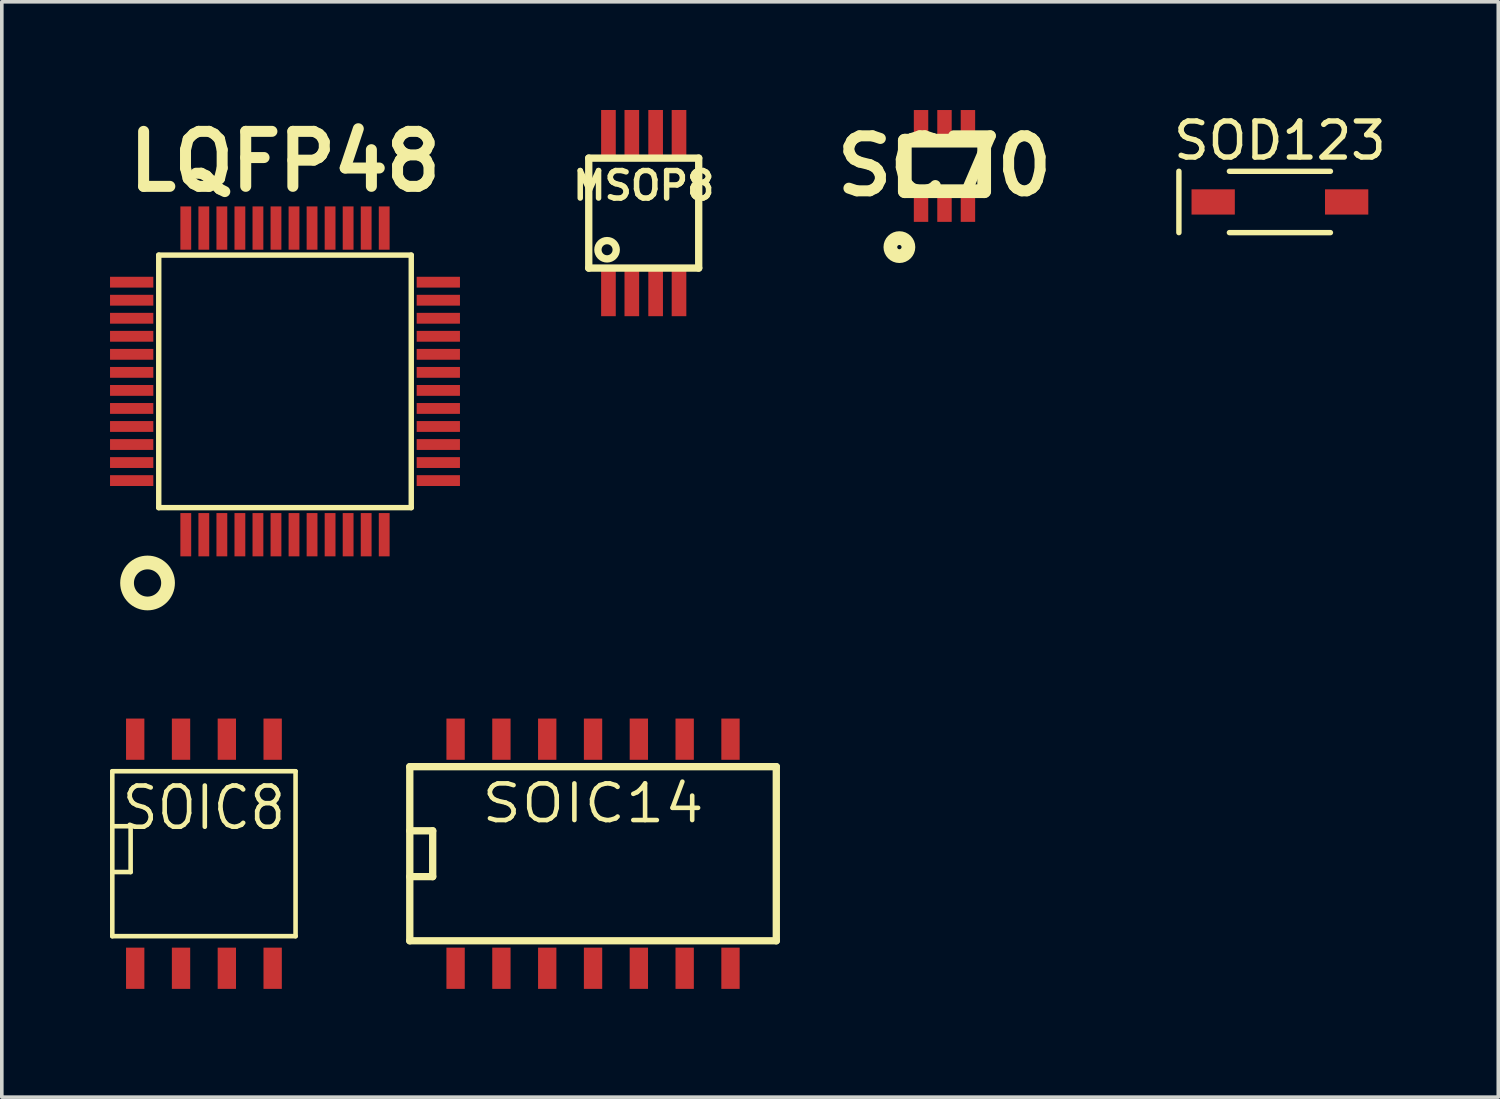
<source format=kicad_pcb>
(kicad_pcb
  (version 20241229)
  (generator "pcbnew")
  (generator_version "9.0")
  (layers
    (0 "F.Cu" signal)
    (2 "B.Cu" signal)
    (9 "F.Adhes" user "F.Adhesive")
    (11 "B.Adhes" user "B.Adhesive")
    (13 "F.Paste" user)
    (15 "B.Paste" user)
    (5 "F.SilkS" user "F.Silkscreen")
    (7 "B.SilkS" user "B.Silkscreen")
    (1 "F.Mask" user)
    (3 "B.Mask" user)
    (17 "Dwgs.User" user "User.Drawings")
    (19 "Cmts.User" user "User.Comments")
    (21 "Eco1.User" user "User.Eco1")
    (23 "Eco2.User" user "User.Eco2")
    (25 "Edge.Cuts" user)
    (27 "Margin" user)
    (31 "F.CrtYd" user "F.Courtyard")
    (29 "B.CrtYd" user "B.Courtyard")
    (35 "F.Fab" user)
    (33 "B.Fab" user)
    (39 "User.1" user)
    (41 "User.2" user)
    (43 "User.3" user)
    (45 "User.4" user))
  (footprint "SOIC8"
    (layer "F.Cu")
    (at 2.603 20.615)
    (property "Reference" "SOIC8" (at 0 -1.27 0) (layer "F.SilkS") (effects (font (size 1.143 1.016) (thickness 0.127))))
    (attr smd)
    (fp_line (start -2.54 -2.286) (end 2.54 -2.286) (stroke (width 0.127) (type solid)) (layer "F.SilkS"))
    (fp_line (start -2.54 -0.762) (end -2.032 -0.762) (stroke (width 0.127) (type solid)) (layer "F.SilkS"))
    (fp_line (start -2.54 2.286) (end -2.54 -2.286) (stroke (width 0.127) (type solid)) (layer "F.SilkS"))
    (fp_line (start -2.032 -0.762) (end -2.032 0.508) (stroke (width 0.127) (type solid)) (layer "F.SilkS"))
    (fp_line (start -2.032 0.508) (end -2.54 0.508) (stroke (width 0.127) (type solid)) (layer "F.SilkS"))
    (fp_line (start 2.54 -2.286) (end 2.54 2.286) (stroke (width 0.127) (type solid)) (layer "F.SilkS"))
    (fp_line (start 2.54 2.286) (end -2.54 2.286) (stroke (width 0.127) (type solid)) (layer "F.SilkS"))
    (pad "1" smd rect (at -1.905 3.175) (size 0.508 1.143) (layers "F.Cu" "F.Mask" "F.Paste"))
    (pad "2" smd rect (at -0.635 3.175) (size 0.508 1.143) (layers "F.Cu" "F.Mask" "F.Paste"))
    (pad "3" smd rect (at 0.635 3.175) (size 0.508 1.143) (layers "F.Cu" "F.Mask" "F.Paste"))
    (pad "4" smd rect (at 1.905 3.175) (size 0.508 1.143) (layers "F.Cu" "F.Mask" "F.Paste"))
    (pad "5" smd rect (at 1.905 -3.175) (size 0.508 1.143) (layers "F.Cu" "F.Mask" "F.Paste"))
    (pad "6" smd rect (at 0.635 -3.175) (size 0.508 1.143) (layers "F.Cu" "F.Mask" "F.Paste"))
    (pad "7" smd rect (at -0.635 -3.175) (size 0.508 1.143) (layers "F.Cu" "F.Mask" "F.Paste"))
    (pad "8" smd rect (at -1.905 -3.175) (size 0.508 1.143) (layers "F.Cu" "F.Mask" "F.Paste")))
  (footprint "SOD123"
    (layer "F.Cu")
    (at 32.429 2.548)
    (property "Reference" "SOD123" (at 0 -1.7 0) (layer "F.SilkS") (effects (font (size 1 1) (thickness 0.15))))
    (attr smd)
    (fp_line (start -2.8 -0.85) (end -2.8 0.85) (stroke (width 0.15) (type solid)) (layer "F.SilkS"))
    (fp_line (start -1.4 0.85) (end 1.4 0.85) (stroke (width 0.15) (type solid)) (layer "F.SilkS"))
    (fp_line (start 1.4 -0.85) (end -1.4 -0.85) (stroke (width 0.15) (type solid)) (layer "F.SilkS"))
    (pad "1" smd rect (at 1.85 0) (size 1.2 0.7) (layers "F.Cu" "F.Mask" "F.Paste"))
    (pad "2" smd rect (at -1.85 0) (size 1.2 0.7) (layers "F.Cu" "F.Mask" "F.Paste")))
  (footprint "MSOP8"
    (layer "F.Cu")
    (at 14.794 2.857)
    (property "Reference" "MSOP8" (at 0 -0.762 0) (layer "F.SilkS") (effects (font (size 0.762 0.762) (thickness 0.152))))
    (attr smd)
    (fp_line (start -1.524 -1.524) (end 1.524 -1.524) (stroke (width 0.203) (type solid)) (layer "F.SilkS"))
    (fp_line (start -1.524 1.524) (end -1.524 -1.524) (stroke (width 0.203) (type solid)) (layer "F.SilkS"))
    (fp_line (start 1.524 -1.524) (end 1.524 1.524) (stroke (width 0.203) (type solid)) (layer "F.SilkS"))
    (fp_line (start 1.524 1.524) (end -1.524 1.524) (stroke (width 0.203) (type solid)) (layer "F.SilkS"))
    (fp_circle (center -1.016 1.016) (end -1.016 0.762) (stroke (width 0.203) (type solid)) (fill no) (layer "F.SilkS"))
    (pad "1" smd rect (at -0.978 2.223) (size 0.406 1.27) (layers "F.Cu" "F.Mask" "F.Paste"))
    (pad "2" smd rect (at -0.33 2.223) (size 0.406 1.27) (layers "F.Cu" "F.Mask" "F.Paste"))
    (pad "3" smd rect (at 0.33 2.223) (size 0.406 1.27) (layers "F.Cu" "F.Mask" "F.Paste"))
    (pad "4" smd rect (at 0.978 2.223) (size 0.406 1.27) (layers "F.Cu" "F.Mask" "F.Paste"))
    (pad "5" smd rect (at 0.978 -2.223) (size 0.406 1.27) (layers "F.Cu" "F.Mask" "F.Paste"))
    (pad "6" smd rect (at 0.33 -2.223) (size 0.406 1.27) (layers "F.Cu" "F.Mask" "F.Paste"))
    (pad "7" smd rect (at -0.33 -2.223) (size 0.406 1.27) (layers "F.Cu" "F.Mask" "F.Paste"))
    (pad "8" smd rect (at -0.978 -2.223) (size 0.406 1.27) (layers "F.Cu" "F.Mask" "F.Paste")))
  (footprint "LQFP48"
    (layer "F.Cu")
    (at 4.85 7.522)
    (property "Reference" "LQFP48" (at 0 -6.096 0) (layer "F.SilkS") (effects (font (size 1.524 1.524) (thickness 0.305))))
    (attr smd)
    (fp_line (start -3.5 -3.5) (end 3.5 -3.5) (stroke (width 0.15) (type solid)) (layer "F.SilkS"))
    (fp_line (start -3.5 3.5) (end -3.5 -3.5) (stroke (width 0.15) (type solid)) (layer "F.SilkS"))
    (fp_line (start 3.5 -3.5) (end 3.5 3.5) (stroke (width 0.15) (type solid)) (layer "F.SilkS"))
    (fp_line (start 3.5 3.5) (end -3.5 3.5) (stroke (width 0.15) (type solid)) (layer "F.SilkS"))
    (fp_circle (center -3.81 5.588) (end -3.302 5.334) (stroke (width 0.381) (type solid)) (fill no) (layer "F.SilkS"))
    (pad "1" smd rect (at -2.75 4.25) (size 0.3 1.2) (layers "F.Cu" "F.Mask" "F.Paste"))
    (pad "2" smd rect (at -2.25 4.25) (size 0.3 1.2) (layers "F.Cu" "F.Mask" "F.Paste"))
    (pad "3" smd rect (at -1.75 4.25) (size 0.3 1.2) (layers "F.Cu" "F.Mask" "F.Paste"))
    (pad "4" smd rect (at -1.25 4.25) (size 0.3 1.2) (layers "F.Cu" "F.Mask" "F.Paste"))
    (pad "5" smd rect (at -0.75 4.25) (size 0.3 1.2) (layers "F.Cu" "F.Mask" "F.Paste"))
    (pad "6" smd rect (at -0.25 4.25) (size 0.3 1.2) (layers "F.Cu" "F.Mask" "F.Paste"))
    (pad "7" smd rect (at 0.25 4.25) (size 0.3 1.2) (layers "F.Cu" "F.Mask" "F.Paste"))
    (pad "8" smd rect (at 0.75 4.25) (size 0.3 1.2) (layers "F.Cu" "F.Mask" "F.Paste"))
    (pad "9" smd rect (at 1.25 4.25) (size 0.3 1.2) (layers "F.Cu" "F.Mask" "F.Paste"))
    (pad "10" smd rect (at 1.75 4.25) (size 0.3 1.2) (layers "F.Cu" "F.Mask" "F.Paste"))
    (pad "11" smd rect (at 2.25 4.25) (size 0.3 1.2) (layers "F.Cu" "F.Mask" "F.Paste"))
    (pad "12" smd rect (at 2.75 4.25) (size 0.3 1.2) (layers "F.Cu" "F.Mask" "F.Paste"))
    (pad "13" smd rect (at 4.25 2.75) (size 1.2 0.3) (layers "F.Cu" "F.Mask" "F.Paste"))
    (pad "14" smd rect (at 4.25 2.25) (size 1.2 0.3) (layers "F.Cu" "F.Mask" "F.Paste"))
    (pad "15" smd rect (at 4.25 1.75) (size 1.2 0.3) (layers "F.Cu" "F.Mask" "F.Paste"))
    (pad "16" smd rect (at 4.25 1.25) (size 1.2 0.3) (layers "F.Cu" "F.Mask" "F.Paste"))
    (pad "17" smd rect (at 4.25 0.75) (size 1.2 0.3) (layers "F.Cu" "F.Mask" "F.Paste"))
    (pad "18" smd rect (at 4.25 0.25) (size 1.2 0.3) (layers "F.Cu" "F.Mask" "F.Paste"))
    (pad "19" smd rect (at 4.25 -0.25) (size 1.2 0.3) (layers "F.Cu" "F.Mask" "F.Paste"))
    (pad "20" smd rect (at 4.25 -0.75) (size 1.2 0.3) (layers "F.Cu" "F.Mask" "F.Paste"))
    (pad "21" smd rect (at 4.25 -1.25) (size 1.2 0.3) (layers "F.Cu" "F.Mask" "F.Paste"))
    (pad "22" smd rect (at 4.25 -1.75) (size 1.2 0.3) (layers "F.Cu" "F.Mask" "F.Paste"))
    (pad "23" smd rect (at 4.25 -2.25) (size 1.2 0.3) (layers "F.Cu" "F.Mask" "F.Paste"))
    (pad "24" smd rect (at 4.25 -2.75) (size 1.2 0.3) (layers "F.Cu" "F.Mask" "F.Paste"))
    (pad "25" smd rect (at 2.75 -4.25) (size 0.3 1.2) (layers "F.Cu" "F.Mask" "F.Paste"))
    (pad "26" smd rect (at 2.25 -4.25) (size 0.3 1.2) (layers "F.Cu" "F.Mask" "F.Paste"))
    (pad "27" smd rect (at 1.75 -4.25) (size 0.3 1.2) (layers "F.Cu" "F.Mask" "F.Paste"))
    (pad "28" smd rect (at 1.25 -4.25) (size 0.3 1.2) (layers "F.Cu" "F.Mask" "F.Paste"))
    (pad "29" smd rect (at 0.75 -4.25) (size 0.3 1.2) (layers "F.Cu" "F.Mask" "F.Paste"))
    (pad "30" smd rect (at 0.25 -4.25) (size 0.3 1.2) (layers "F.Cu" "F.Mask" "F.Paste"))
    (pad "31" smd rect (at -0.25 -4.25) (size 0.3 1.2) (layers "F.Cu" "F.Mask" "F.Paste"))
    (pad "32" smd rect (at -0.75 -4.25) (size 0.3 1.2) (layers "F.Cu" "F.Mask" "F.Paste"))
    (pad "33" smd rect (at -1.25 -4.25) (size 0.3 1.2) (layers "F.Cu" "F.Mask" "F.Paste"))
    (pad "34" smd rect (at -1.75 -4.25) (size 0.3 1.2) (layers "F.Cu" "F.Mask" "F.Paste"))
    (pad "35" smd rect (at -2.25 -4.25) (size 0.3 1.2) (layers "F.Cu" "F.Mask" "F.Paste"))
    (pad "36" smd rect (at -2.75 -4.25) (size 0.3 1.2) (layers "F.Cu" "F.Mask" "F.Paste"))
    (pad "37" smd rect (at -4.25 -2.75) (size 1.2 0.3) (layers "F.Cu" "F.Mask" "F.Paste"))
    (pad "38" smd rect (at -4.25 -2.25) (size 1.2 0.3) (layers "F.Cu" "F.Mask" "F.Paste"))
    (pad "39" smd rect (at -4.25 -1.75) (size 1.2 0.3) (layers "F.Cu" "F.Mask" "F.Paste"))
    (pad "40" smd rect (at -4.25 -1.25) (size 1.2 0.3) (layers "F.Cu" "F.Mask" "F.Paste"))
    (pad "41" smd rect (at -4.25 -0.75) (size 1.2 0.3) (layers "F.Cu" "F.Mask" "F.Paste"))
    (pad "42" smd rect (at -4.25 -0.25) (size 1.2 0.3) (layers "F.Cu" "F.Mask" "F.Paste"))
    (pad "43" smd rect (at -4.25 0.25) (size 1.2 0.3) (layers "F.Cu" "F.Mask" "F.Paste"))
    (pad "44" smd rect (at -4.25 0.75) (size 1.2 0.3) (layers "F.Cu" "F.Mask" "F.Paste"))
    (pad "45" smd rect (at -4.25 1.25) (size 1.2 0.3) (layers "F.Cu" "F.Mask" "F.Paste"))
    (pad "46" smd rect (at -4.25 1.75) (size 1.2 0.3) (layers "F.Cu" "F.Mask" "F.Paste"))
    (pad "47" smd rect (at -4.25 2.25) (size 1.2 0.3) (layers "F.Cu" "F.Mask" "F.Paste"))
    (pad "48" smd rect (at -4.25 2.75) (size 1.2 0.3) (layers "F.Cu" "F.Mask" "F.Paste")))
  (footprint "SOIC14"
    (layer "F.Cu")
    (at 13.389 20.488)
    (property "Reference" "SOIC14" (at 0 -1.27 0) (layer "F.SilkS") (effects (font (size 1.016 1.143) (thickness 0.127))))
    (attr smd)
    (fp_line (start -5.08 -2.286) (end 5.08 -2.286) (stroke (width 0.203) (type solid)) (layer "F.SilkS"))
    (fp_line (start -5.08 -0.508) (end -4.445 -0.508) (stroke (width 0.203) (type solid)) (layer "F.SilkS"))
    (fp_line (start -5.08 2.54) (end -5.08 -2.286) (stroke (width 0.203) (type solid)) (layer "F.SilkS"))
    (fp_line (start -4.445 -0.508) (end -4.445 0.762) (stroke (width 0.203) (type solid)) (layer "F.SilkS"))
    (fp_line (start -4.445 0.762) (end -5.08 0.762) (stroke (width 0.203) (type solid)) (layer "F.SilkS"))
    (fp_line (start 5.08 -2.286) (end 5.08 2.54) (stroke (width 0.203) (type solid)) (layer "F.SilkS"))
    (fp_line (start 5.08 2.54) (end -5.08 2.54) (stroke (width 0.203) (type solid)) (layer "F.SilkS"))
    (pad "1" smd rect (at -3.81 3.302) (size 0.508 1.143) (layers "F.Cu" "F.Mask" "F.Paste"))
    (pad "2" smd rect (at -2.54 3.302) (size 0.508 1.143) (layers "F.Cu" "F.Mask" "F.Paste"))
    (pad "3" smd rect (at -1.27 3.302) (size 0.508 1.143) (layers "F.Cu" "F.Mask" "F.Paste"))
    (pad "4" smd rect (at 0 3.302) (size 0.508 1.143) (layers "F.Cu" "F.Mask" "F.Paste"))
    (pad "5" smd rect (at 1.27 3.302) (size 0.508 1.143) (layers "F.Cu" "F.Mask" "F.Paste"))
    (pad "6" smd rect (at 2.54 3.302) (size 0.508 1.143) (layers "F.Cu" "F.Mask" "F.Paste"))
    (pad "7" smd rect (at 3.81 3.302) (size 0.508 1.143) (layers "F.Cu" "F.Mask" "F.Paste"))
    (pad "8" smd rect (at 3.81 -3.048) (size 0.508 1.143) (layers "F.Cu" "F.Mask" "F.Paste"))
    (pad "9" smd rect (at 2.54 -3.048) (size 0.508 1.143) (layers "F.Cu" "F.Mask" "F.Paste"))
    (pad "10" smd rect (at 1.27 -3.048) (size 0.508 1.143) (layers "F.Cu" "F.Mask" "F.Paste"))
    (pad "11" smd rect (at 0 -3.048) (size 0.508 1.143) (layers "F.Cu" "F.Mask" "F.Paste"))
    (pad "12" smd rect (at -1.27 -3.048) (size 0.508 1.143) (layers "F.Cu" "F.Mask" "F.Paste"))
    (pad "13" smd rect (at -2.54 -3.048) (size 0.508 1.143) (layers "F.Cu" "F.Mask" "F.Paste"))
    (pad "14" smd rect (at -3.81 -3.048) (size 0.508 1.143) (layers "F.Cu" "F.Mask" "F.Paste")))
  (footprint "SC70"
    (layer "F.Cu")
    (at 23.131 1.55)
    (property "Reference" "SC70" (at 0 0 0) (layer "F.SilkS") (effects (font (size 1.524 1.524) (thickness 0.305))))
    (attr smd)
    (fp_line (start -1.1 -0.7) (end -1.1 0.7) (stroke (width 0.381) (type solid)) (layer "F.SilkS"))
    (fp_line (start -1.1 0.7) (end 1.1 0.7) (stroke (width 0.381) (type solid)) (layer "F.SilkS"))
    (fp_line (start 1.1 -0.7) (end -1.1 -0.7) (stroke (width 0.381) (type solid)) (layer "F.SilkS"))
    (fp_line (start 1.1 0.7) (end 1.1 -0.7) (stroke (width 0.381) (type solid)) (layer "F.SilkS"))
    (fp_circle (center -1.25 2.25) (end -1.5 2.25) (stroke (width 0.381) (type solid)) (fill no) (layer "F.SilkS"))
    (pad "1" smd rect (at -0.65 1.1) (size 0.4 0.9) (layers "F.Cu" "F.Mask" "F.Paste"))
    (pad "2" smd rect (at 0 1.1) (size 0.4 0.9) (layers "F.Cu" "F.Mask" "F.Paste"))
    (pad "3" smd rect (at 0.65 1.1) (size 0.4 0.9) (layers "F.Cu" "F.Mask" "F.Paste"))
    (pad "4" smd rect (at 0.65 -1.1) (size 0.4 0.9) (layers "F.Cu" "F.Mask" "F.Paste"))
    (pad "5" smd rect (at 0 -1.1) (size 0.4 0.9) (layers "F.Cu" "F.Mask" "F.Paste"))
    (pad "6" smd rect (at -0.65 -1.1) (size 0.4 0.9) (layers "F.Cu" "F.Mask" "F.Paste")))
  (gr_rect
    (start -3 -3)
    (end 38.482 27.362)
    (stroke (width 0.1) (type default))
    (fill no)
    (layer "Edge.Cuts")))
</source>
